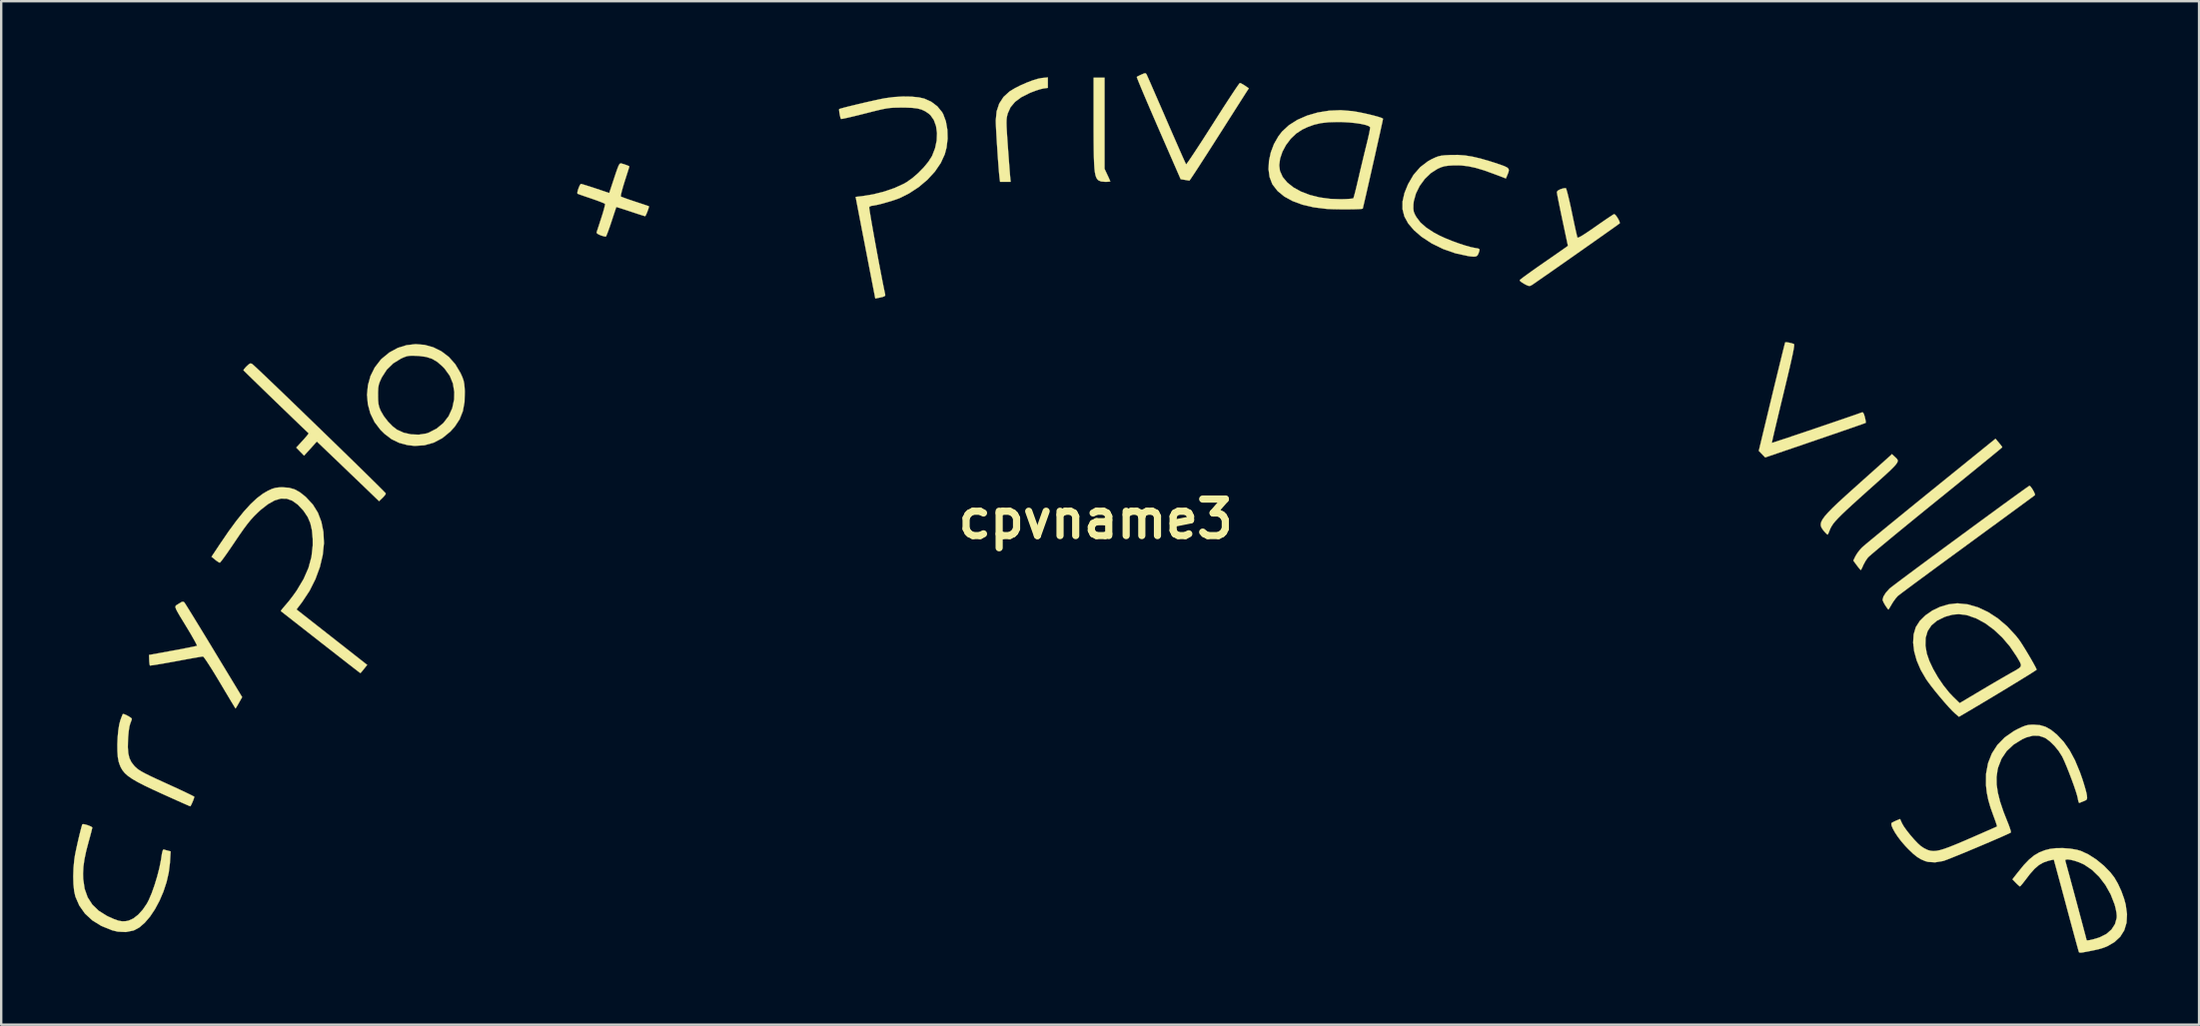
<source format=kicad_pcb>
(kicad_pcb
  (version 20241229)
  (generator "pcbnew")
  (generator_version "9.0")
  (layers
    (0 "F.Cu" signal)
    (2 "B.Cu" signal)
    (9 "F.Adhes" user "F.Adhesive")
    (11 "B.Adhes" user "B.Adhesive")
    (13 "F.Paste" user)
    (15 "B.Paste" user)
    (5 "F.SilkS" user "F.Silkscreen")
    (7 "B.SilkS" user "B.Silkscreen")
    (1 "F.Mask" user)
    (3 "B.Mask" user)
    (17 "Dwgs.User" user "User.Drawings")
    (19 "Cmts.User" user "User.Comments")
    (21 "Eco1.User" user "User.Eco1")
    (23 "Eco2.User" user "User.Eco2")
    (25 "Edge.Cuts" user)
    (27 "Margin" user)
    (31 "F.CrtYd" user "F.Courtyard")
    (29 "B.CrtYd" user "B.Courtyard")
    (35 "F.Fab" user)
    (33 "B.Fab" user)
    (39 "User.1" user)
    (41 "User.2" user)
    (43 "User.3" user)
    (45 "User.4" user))
  (footprint "cpvname3"
    (layer "F.Cu")
    (at 42.656 18.603)
    (property "Reference" "cpvname3" (at 0 0 0) (layer "F.SilkS") (effects (font (size 1.524 1.524) (thickness 0.3))))
    (attr through_hole)
    (fp_poly (pts (xy 0.369 -14.61) (xy 0.488 -14.356) (xy 0.55 -14.223) (xy 0.593 -14.124) (xy 0.608 -14.084) (xy 0.569 -14.075) (xy 0.469 -14.069) (xy 0.391 -14.068) (xy 0.222 -14.083) (xy 0.112 -14.131) (xy 0.091 -14.15) (xy 0.051 -14.199) (xy 0.017 -14.264) (xy -0.011 -14.351) (xy -0.034 -14.469) (xy -0.052 -14.624) (xy -0.065 -14.824) (xy -0.075 -15.077) (xy -0.081 -15.39) (xy -0.085 -15.77) (xy -0.087 -16.225) (xy -0.087 -16.545) (xy -0.087 -18.41) (xy 0.141 -18.41) (xy 0.369 -18.41) (xy 0.369 -14.61)) (stroke (width 0.01) (type solid)) (fill yes) (layer "F.SilkS"))
    (fp_poly (pts (xy -1.997 -17.987) (xy -2.182 -17.962) (xy -2.305 -17.933) (xy -2.478 -17.879) (xy -2.671 -17.807) (xy -2.757 -17.772) (xy -3.101 -17.599) (xy -3.364 -17.404) (xy -3.551 -17.182) (xy -3.666 -16.929) (xy -3.67 -16.917) (xy -3.693 -16.829) (xy -3.71 -16.745) (xy -3.719 -16.65) (xy -3.722 -16.531) (xy -3.718 -16.375) (xy -3.707 -16.168) (xy -3.69 -15.898) (xy -3.673 -15.657) (xy -3.651 -15.351) (xy -3.629 -15.055) (xy -3.609 -14.787) (xy -3.592 -14.565) (xy -3.579 -14.404) (xy -3.576 -14.361) (xy -3.549 -14.068) (xy -3.989 -14.068) (xy -4.013 -14.252) (xy -4.027 -14.387) (xy -4.044 -14.59) (xy -4.064 -14.845) (xy -4.085 -15.133) (xy -4.105 -15.439) (xy -4.125 -15.744) (xy -4.142 -16.033) (xy -4.156 -16.287) (xy -4.165 -16.49) (xy -4.168 -16.626) (xy -4.168 -16.632) (xy -4.133 -17.007) (xy -4.025 -17.332) (xy -3.846 -17.608) (xy -3.596 -17.836) (xy -3.576 -17.849) (xy -3.379 -17.969) (xy -3.14 -18.091) (xy -2.883 -18.204) (xy -2.631 -18.3) (xy -2.408 -18.368) (xy -2.247 -18.399) (xy -1.997 -18.422) (xy -1.997 -17.987)) (stroke (width 0.01) (type solid)) (fill yes) (layer "F.SilkS"))
    (fp_poly (pts (xy 33.328 -2.602) (xy 33.384 -2.55) (xy 33.427 -2.505) (xy 33.452 -2.461) (xy 33.455 -2.41) (xy 33.43 -2.348) (xy 33.373 -2.268) (xy 33.279 -2.165) (xy 33.144 -2.031) (xy 32.962 -1.862) (xy 32.729 -1.651) (xy 32.439 -1.391) (xy 32.198 -1.176) (xy 31.846 -0.86) (xy 31.553 -0.594) (xy 31.313 -0.373) (xy 31.121 -0.19) (xy 30.97 -0.038) (xy 30.853 0.088) (xy 30.765 0.196) (xy 30.701 0.292) (xy 30.652 0.381) (xy 30.614 0.472) (xy 30.608 0.488) (xy 30.566 0.591) (xy 30.532 0.647) (xy 30.526 0.65) (xy 30.487 0.619) (xy 30.413 0.541) (xy 30.356 0.475) (xy 30.295 0.391) (xy 30.255 0.309) (xy 30.243 0.223) (xy 30.262 0.128) (xy 30.317 0.017) (xy 30.411 -0.114) (xy 30.549 -0.271) (xy 30.734 -0.461) (xy 30.972 -0.689) (xy 31.267 -0.959) (xy 31.622 -1.279) (xy 31.744 -1.388) (xy 32.025 -1.64) (xy 32.29 -1.877) (xy 32.531 -2.092) (xy 32.74 -2.279) (xy 32.908 -2.43) (xy 33.029 -2.538) (xy 33.093 -2.596) (xy 33.096 -2.598) (xy 33.215 -2.708) (xy 33.328 -2.602)) (stroke (width 0.01) (type solid)) (fill yes) (layer "F.SilkS"))
    (fp_poly (pts (xy 37.675 -3.184) (xy 37.756 -3.085) (xy 37.807 -3.014) (xy 37.815 -2.996) (xy 37.782 -2.966) (xy 37.687 -2.885) (xy 37.534 -2.759) (xy 37.328 -2.59) (xy 37.075 -2.383) (xy 36.779 -2.142) (xy 36.446 -1.871) (xy 36.081 -1.574) (xy 35.688 -1.255) (xy 35.273 -0.919) (xy 35.076 -0.76) (xy 34.648 -0.414) (xy 34.238 -0.08) (xy 33.851 0.236) (xy 33.492 0.53) (xy 33.166 0.798) (xy 32.879 1.036) (xy 32.636 1.238) (xy 32.443 1.401) (xy 32.304 1.52) (xy 32.226 1.591) (xy 32.212 1.605) (xy 32.113 1.747) (xy 32.025 1.908) (xy 32.011 1.941) (xy 31.962 2.051) (xy 31.923 2.117) (xy 31.913 2.126) (xy 31.877 2.093) (xy 31.809 2.009) (xy 31.747 1.928) (xy 31.603 1.733) (xy 31.692 1.549) (xy 31.776 1.412) (xy 31.894 1.263) (xy 31.966 1.186) (xy 32.029 1.131) (xy 32.153 1.025) (xy 32.335 0.874) (xy 32.567 0.683) (xy 32.844 0.455) (xy 33.161 0.195) (xy 33.513 -0.092) (xy 33.893 -0.402) (xy 34.297 -0.73) (xy 34.718 -1.072) (xy 34.843 -1.173) (xy 37.534 -3.351) (xy 37.675 -3.184)) (stroke (width 0.01) (type solid)) (fill yes) (layer "F.SilkS"))
    (fp_poly (pts (xy -40.533 8.137) (xy -40.442 8.175) (xy -40.338 8.23) (xy -40.25 8.286) (xy -40.207 8.328) (xy -40.206 8.332) (xy -40.221 8.393) (xy -40.26 8.498) (xy -40.273 8.531) (xy -40.307 8.656) (xy -40.337 8.849) (xy -40.36 9.089) (xy -40.366 9.201) (xy -40.373 9.519) (xy -40.355 9.77) (xy -40.307 9.972) (xy -40.224 10.143) (xy -40.102 10.299) (xy -40.057 10.345) (xy -39.988 10.407) (xy -39.901 10.471) (xy -39.784 10.542) (xy -39.63 10.625) (xy -39.428 10.725) (xy -39.168 10.847) (xy -38.84 10.997) (xy -38.737 11.044) (xy -38.446 11.177) (xy -38.182 11.299) (xy -37.957 11.405) (xy -37.778 11.491) (xy -37.657 11.552) (xy -37.603 11.583) (xy -37.601 11.585) (xy -37.616 11.65) (xy -37.653 11.751) (xy -37.7 11.861) (xy -37.743 11.948) (xy -37.769 11.983) (xy -37.814 11.965) (xy -37.928 11.916) (xy -38.101 11.84) (xy -38.322 11.742) (xy -38.581 11.625) (xy -38.87 11.495) (xy -38.943 11.462) (xy -39.357 11.272) (xy -39.699 11.108) (xy -39.975 10.965) (xy -40.196 10.836) (xy -40.368 10.716) (xy -40.499 10.599) (xy -40.597 10.479) (xy -40.672 10.35) (xy -40.729 10.205) (xy -40.757 10.117) (xy -40.791 9.931) (xy -40.808 9.685) (xy -40.811 9.402) (xy -40.798 9.106) (xy -40.772 8.823) (xy -40.733 8.576) (xy -40.688 8.403) (xy -40.638 8.268) (xy -40.599 8.169) (xy -40.58 8.132) (xy -40.533 8.137)) (stroke (width 0.01) (type solid)) (fill yes) (layer "F.SilkS"))
    (fp_poly (pts (xy -35.202 -6.477) (xy -35.181 -6.464) (xy -35.127 -6.417) (xy -35.018 -6.317) (xy -34.86 -6.169) (xy -34.657 -5.976) (xy -34.416 -5.746) (xy -34.141 -5.483) (xy -33.838 -5.192) (xy -33.513 -4.879) (xy -33.171 -4.549) (xy -32.817 -4.206) (xy -32.456 -3.857) (xy -32.095 -3.507) (xy -31.738 -3.161) (xy -31.392 -2.824) (xy -31.06 -2.501) (xy -30.75 -2.198) (xy -30.465 -1.919) (xy -30.213 -1.671) (xy -29.997 -1.458) (xy -29.824 -1.286) (xy -29.699 -1.16) (xy -29.627 -1.085) (xy -29.612 -1.066) (xy -29.641 -1.007) (xy -29.714 -0.92) (xy -29.753 -0.881) (xy -29.894 -0.746) (xy -30.523 -1.352) (xy -30.769 -1.588) (xy -31.052 -1.859) (xy -31.347 -2.142) (xy -31.629 -2.413) (xy -31.821 -2.596) (xy -32.489 -3.235) (xy -32.755 -2.94) (xy -33.022 -2.646) (xy -33.185 -2.813) (xy -33.348 -2.981) (xy -33.081 -3.272) (xy -32.966 -3.401) (xy -32.879 -3.504) (xy -32.834 -3.566) (xy -32.83 -3.577) (xy -32.875 -3.619) (xy -32.973 -3.712) (xy -33.116 -3.848) (xy -33.297 -4.022) (xy -33.507 -4.224) (xy -33.739 -4.448) (xy -33.986 -4.685) (xy -34.238 -4.929) (xy -34.489 -5.172) (xy -34.731 -5.406) (xy -34.955 -5.624) (xy -35.155 -5.818) (xy -35.322 -5.981) (xy -35.448 -6.105) (xy -35.527 -6.183) (xy -35.55 -6.207) (xy -35.528 -6.25) (xy -35.46 -6.33) (xy -35.412 -6.378) (xy -35.318 -6.464) (xy -35.256 -6.493) (xy -35.202 -6.477)) (stroke (width 0.01) (type solid)) (fill yes) (layer "F.SilkS"))
    (fp_poly (pts (xy 38.996 -1.356) (xy 39.057 -1.273) (xy 39.119 -1.169) (xy 39.166 -1.072) (xy 39.182 -1.007) (xy 39.178 -0.998) (xy 39.138 -0.968) (xy 39.034 -0.891) (xy 38.87 -0.77) (xy 38.651 -0.609) (xy 38.384 -0.413) (xy 38.074 -0.186) (xy 37.726 0.069) (xy 37.345 0.347) (xy 36.937 0.645) (xy 36.508 0.959) (xy 36.363 1.065) (xy 35.925 1.386) (xy 35.505 1.693) (xy 35.108 1.984) (xy 34.741 2.254) (xy 34.409 2.499) (xy 34.117 2.714) (xy 33.872 2.896) (xy 33.678 3.041) (xy 33.542 3.144) (xy 33.469 3.201) (xy 33.46 3.208) (xy 33.369 3.311) (xy 33.266 3.453) (xy 33.207 3.549) (xy 33.136 3.67) (xy 33.085 3.752) (xy 33.065 3.777) (xy 33.037 3.745) (xy 32.977 3.661) (xy 32.939 3.605) (xy 32.871 3.488) (xy 32.83 3.392) (xy 32.825 3.364) (xy 32.86 3.232) (xy 32.959 3.074) (xy 33.111 2.905) (xy 33.114 2.902) (xy 33.17 2.856) (xy 33.288 2.766) (xy 33.461 2.634) (xy 33.684 2.467) (xy 33.95 2.269) (xy 34.253 2.044) (xy 34.586 1.797) (xy 34.944 1.532) (xy 35.319 1.255) (xy 35.706 0.97) (xy 36.098 0.682) (xy 36.489 0.395) (xy 36.872 0.114) (xy 37.242 -0.157) (xy 37.592 -0.413) (xy 37.916 -0.649) (xy 38.207 -0.86) (xy 38.459 -1.042) (xy 38.666 -1.191) (xy 38.821 -1.301) (xy 38.919 -1.369) (xy 38.952 -1.389) (xy 38.996 -1.356)) (stroke (width 0.01) (type solid)) (fill yes) (layer "F.SilkS"))
    (fp_poly (pts (xy 28.912 -7.361) (xy 29.023 -7.336) (xy 29.111 -7.307) (xy 29.128 -7.298) (xy 29.136 -7.268) (xy 29.13 -7.194) (xy 29.11 -7.068) (xy 29.075 -6.888) (xy 29.022 -6.646) (xy 28.952 -6.339) (xy 28.863 -5.961) (xy 28.754 -5.507) (xy 28.687 -5.228) (xy 28.589 -4.822) (xy 28.497 -4.442) (xy 28.415 -4.097) (xy 28.343 -3.795) (xy 28.284 -3.543) (xy 28.24 -3.351) (xy 28.213 -3.226) (xy 28.204 -3.177) (xy 28.204 -3.177) (xy 28.245 -3.188) (xy 28.358 -3.224) (xy 28.534 -3.282) (xy 28.762 -3.357) (xy 29.032 -3.448) (xy 29.335 -3.549) (xy 29.66 -3.659) (xy 29.998 -3.773) (xy 30.338 -3.889) (xy 30.671 -4.002) (xy 30.987 -4.11) (xy 31.276 -4.209) (xy 31.528 -4.296) (xy 31.732 -4.367) (xy 31.88 -4.419) (xy 31.959 -4.448) (xy 32.005 -4.445) (xy 32.043 -4.383) (xy 32.083 -4.254) (xy 32.111 -4.127) (xy 32.124 -4.038) (xy 32.121 -4.015) (xy 32.076 -3.996) (xy 31.951 -3.951) (xy 31.748 -3.88) (xy 31.47 -3.783) (xy 31.12 -3.662) (xy 30.699 -3.517) (xy 30.211 -3.35) (xy 29.657 -3.16) (xy 29.041 -2.95) (xy 28.411 -2.735) (xy 27.927 -2.57) (xy 27.66 -2.846) (xy 28.203 -5.101) (xy 28.306 -5.529) (xy 28.404 -5.931) (xy 28.494 -6.299) (xy 28.574 -6.626) (xy 28.642 -6.903) (xy 28.697 -7.123) (xy 28.736 -7.278) (xy 28.758 -7.36) (xy 28.762 -7.371) (xy 28.813 -7.375) (xy 28.912 -7.361)) (stroke (width 0.01) (type solid)) (fill yes) (layer "F.SilkS"))
    (fp_poly (pts (xy -38.027 3.468) (xy -38.017 3.477) (xy -37.984 3.525) (xy -37.911 3.641) (xy -37.802 3.816) (xy -37.661 4.044) (xy -37.493 4.318) (xy -37.302 4.63) (xy -37.092 4.974) (xy -36.869 5.341) (xy -36.783 5.484) (xy -35.605 7.429) (xy -35.739 7.665) (xy -35.809 7.788) (xy -35.861 7.874) (xy -35.881 7.902) (xy -35.904 7.866) (xy -35.966 7.765) (xy -36.062 7.608) (xy -36.184 7.403) (xy -36.329 7.161) (xy -36.489 6.891) (xy -36.533 6.817) (xy -36.7 6.54) (xy -36.854 6.289) (xy -36.991 6.074) (xy -37.103 5.903) (xy -37.186 5.787) (xy -37.233 5.734) (xy -37.238 5.731) (xy -37.296 5.739) (xy -37.427 5.761) (xy -37.619 5.794) (xy -37.859 5.837) (xy -38.135 5.888) (xy -38.365 5.931) (xy -38.658 5.984) (xy -38.922 6.031) (xy -39.145 6.068) (xy -39.315 6.095) (xy -39.422 6.108) (xy -39.453 6.108) (xy -39.467 6.055) (xy -39.479 5.946) (xy -39.482 5.878) (xy -39.489 5.669) (xy -38.5 5.489) (xy -38.218 5.437) (xy -37.965 5.388) (xy -37.754 5.346) (xy -37.596 5.313) (xy -37.505 5.292) (xy -37.487 5.285) (xy -37.502 5.243) (xy -37.555 5.138) (xy -37.641 4.983) (xy -37.752 4.789) (xy -37.884 4.569) (xy -37.894 4.552) (xy -38.065 4.271) (xy -38.197 4.055) (xy -38.291 3.894) (xy -38.352 3.779) (xy -38.383 3.7) (xy -38.388 3.648) (xy -38.37 3.612) (xy -38.332 3.583) (xy -38.278 3.55) (xy -38.251 3.533) (xy -38.14 3.465) (xy -38.073 3.445) (xy -38.027 3.468)) (stroke (width 0.01) (type solid)) (fill yes) (layer "F.SilkS"))
    (fp_poly (pts (xy 2.11 -18.569) (xy 2.122 -18.548) (xy 2.147 -18.494) (xy 2.203 -18.369) (xy 2.286 -18.181) (xy 2.392 -17.937) (xy 2.518 -17.648) (xy 2.661 -17.32) (xy 2.817 -16.963) (xy 2.952 -16.651) (xy 3.114 -16.277) (xy 3.267 -15.928) (xy 3.406 -15.611) (xy 3.527 -15.335) (xy 3.628 -15.107) (xy 3.705 -14.937) (xy 3.754 -14.831) (xy 3.771 -14.798) (xy 3.799 -14.828) (xy 3.869 -14.924) (xy 3.975 -15.079) (xy 4.114 -15.287) (xy 4.28 -15.54) (xy 4.47 -15.831) (xy 4.677 -16.154) (xy 4.885 -16.48) (xy 5.106 -16.827) (xy 5.313 -17.15) (xy 5.503 -17.443) (xy 5.67 -17.697) (xy 5.809 -17.907) (xy 5.916 -18.064) (xy 5.987 -18.161) (xy 6.014 -18.192) (xy 6.074 -18.17) (xy 6.174 -18.112) (xy 6.223 -18.081) (xy 6.387 -17.969) (xy 6.309 -17.849) (xy 6.27 -17.789) (xy 6.19 -17.663) (xy 6.073 -17.48) (xy 5.924 -17.246) (xy 5.748 -16.969) (xy 5.549 -16.657) (xy 5.333 -16.317) (xy 5.104 -15.958) (xy 5.08 -15.92) (xy 4.853 -15.564) (xy 4.64 -15.231) (xy 4.445 -14.929) (xy 4.274 -14.664) (xy 4.13 -14.444) (xy 4.018 -14.275) (xy 3.943 -14.164) (xy 3.909 -14.119) (xy 3.908 -14.118) (xy 3.855 -14.127) (xy 3.75 -14.144) (xy 3.715 -14.15) (xy 3.545 -14.176) (xy 2.618 -16.299) (xy 2.443 -16.703) (xy 2.279 -17.082) (xy 2.13 -17.429) (xy 1.999 -17.737) (xy 1.889 -17.999) (xy 1.803 -18.208) (xy 1.744 -18.355) (xy 1.716 -18.433) (xy 1.714 -18.444) (xy 1.764 -18.474) (xy 1.864 -18.523) (xy 1.91 -18.544) (xy 2.019 -18.59) (xy 2.077 -18.598) (xy 2.11 -18.569)) (stroke (width 0.01) (type solid)) (fill yes) (layer "F.SilkS"))
    (fp_poly (pts (xy 15.405 -15.168) (xy 15.716 -15.118) (xy 16.058 -15.038) (xy 16.449 -14.924) (xy 16.637 -14.864) (xy 16.883 -14.782) (xy 17.055 -14.718) (xy 17.165 -14.663) (xy 17.221 -14.607) (xy 17.234 -14.542) (xy 17.213 -14.458) (xy 17.174 -14.36) (xy 17.11 -14.208) (xy 16.608 -14.399) (xy 16.201 -14.546) (xy 15.849 -14.651) (xy 15.535 -14.718) (xy 15.242 -14.752) (xy 14.952 -14.755) (xy 14.935 -14.755) (xy 14.718 -14.742) (xy 14.556 -14.72) (xy 14.42 -14.681) (xy 14.278 -14.619) (xy 14.262 -14.612) (xy 13.979 -14.431) (xy 13.726 -14.187) (xy 13.514 -13.898) (xy 13.358 -13.583) (xy 13.268 -13.26) (xy 13.253 -13.117) (xy 13.25 -12.947) (xy 13.267 -12.824) (xy 13.315 -12.706) (xy 13.372 -12.603) (xy 13.544 -12.374) (xy 13.788 -12.158) (xy 14.11 -11.948) (xy 14.33 -11.831) (xy 14.572 -11.719) (xy 14.849 -11.606) (xy 15.139 -11.5) (xy 15.417 -11.409) (xy 15.66 -11.341) (xy 15.815 -11.31) (xy 15.945 -11.288) (xy 16.005 -11.26) (xy 16.009 -11.204) (xy 15.973 -11.096) (xy 15.969 -11.086) (xy 15.929 -11.003) (xy 15.87 -10.958) (xy 15.773 -10.945) (xy 15.618 -10.959) (xy 15.544 -10.97) (xy 15.012 -11.084) (xy 14.499 -11.263) (xy 14.019 -11.497) (xy 13.589 -11.779) (xy 13.276 -12.05) (xy 13.036 -12.331) (xy 12.877 -12.621) (xy 12.799 -12.925) (xy 12.8 -13.25) (xy 12.88 -13.602) (xy 13.029 -13.968) (xy 13.258 -14.36) (xy 13.537 -14.68) (xy 13.863 -14.929) (xy 14.009 -15.009) (xy 14.164 -15.082) (xy 14.29 -15.13) (xy 14.417 -15.159) (xy 14.574 -15.176) (xy 14.787 -15.187) (xy 14.797 -15.187) (xy 15.105 -15.19) (xy 15.405 -15.168)) (stroke (width 0.01) (type solid)) (fill yes) (layer "F.SilkS"))
    (fp_poly (pts (xy 19.629 -13.766) (xy 19.664 -13.652) (xy 19.71 -13.474) (xy 19.764 -13.245) (xy 19.824 -12.976) (xy 19.861 -12.798) (xy 19.921 -12.511) (xy 19.976 -12.252) (xy 20.024 -12.033) (xy 20.063 -11.866) (xy 20.088 -11.763) (xy 20.097 -11.738) (xy 20.142 -11.744) (xy 20.252 -11.801) (xy 20.423 -11.908) (xy 20.652 -12.062) (xy 20.858 -12.205) (xy 21.08 -12.36) (xy 21.279 -12.497) (xy 21.443 -12.607) (xy 21.561 -12.684) (xy 21.623 -12.72) (xy 21.628 -12.722) (xy 21.678 -12.688) (xy 21.742 -12.606) (xy 21.805 -12.503) (xy 21.85 -12.406) (xy 21.862 -12.343) (xy 21.857 -12.335) (xy 21.812 -12.302) (xy 21.705 -12.224) (xy 21.542 -12.109) (xy 21.333 -11.961) (xy 21.087 -11.787) (xy 20.81 -11.592) (xy 20.513 -11.383) (xy 20.202 -11.164) (xy 19.887 -10.943) (xy 19.575 -10.724) (xy 19.275 -10.514) (xy 18.996 -10.319) (xy 18.745 -10.144) (xy 18.53 -9.995) (xy 18.361 -9.877) (xy 18.246 -9.798) (xy 18.192 -9.762) (xy 18.123 -9.728) (xy 18.058 -9.726) (xy 17.968 -9.762) (xy 17.878 -9.809) (xy 17.766 -9.878) (xy 17.697 -9.937) (xy 17.686 -9.964) (xy 17.724 -9.999) (xy 17.824 -10.077) (xy 17.976 -10.188) (xy 18.169 -10.328) (xy 18.394 -10.487) (xy 18.565 -10.606) (xy 18.814 -10.779) (xy 19.047 -10.94) (xy 19.251 -11.082) (xy 19.415 -11.196) (xy 19.527 -11.275) (xy 19.564 -11.301) (xy 19.699 -11.397) (xy 19.468 -12.483) (xy 19.405 -12.781) (xy 19.349 -13.054) (xy 19.301 -13.289) (xy 19.265 -13.474) (xy 19.243 -13.597) (xy 19.236 -13.642) (xy 19.273 -13.697) (xy 19.368 -13.751) (xy 19.492 -13.792) (xy 19.607 -13.807) (xy 19.629 -13.766)) (stroke (width 0.01) (type solid)) (fill yes) (layer "F.SilkS"))
    (fp_poly (pts (xy -42.12 12.749) (xy -42.007 12.786) (xy -41.909 12.827) (xy -41.858 12.862) (xy -41.856 12.868) (xy -41.868 12.927) (xy -41.898 13.051) (xy -41.944 13.223) (xy -41.999 13.426) (xy -42.004 13.441) (xy -42.111 13.849) (xy -42.184 14.197) (xy -42.227 14.504) (xy -42.242 14.789) (xy -42.236 15.012) (xy -42.176 15.423) (xy -42.05 15.779) (xy -41.854 16.084) (xy -41.587 16.341) (xy -41.246 16.554) (xy -41.187 16.583) (xy -40.949 16.689) (xy -40.763 16.754) (xy -40.607 16.781) (xy -40.46 16.775) (xy -40.343 16.752) (xy -40.147 16.664) (xy -39.944 16.507) (xy -39.75 16.294) (xy -39.577 16.039) (xy -39.499 15.89) (xy -39.378 15.606) (xy -39.258 15.267) (xy -39.147 14.902) (xy -39.055 14.544) (xy -38.991 14.222) (xy -38.98 14.15) (xy -38.951 13.958) (xy -38.923 13.842) (xy -38.895 13.789) (xy -38.868 13.785) (xy -38.781 13.813) (xy -38.698 13.835) (xy -38.588 13.863) (xy -38.617 14.345) (xy -38.666 14.742) (xy -38.758 15.145) (xy -38.889 15.542) (xy -39.052 15.922) (xy -39.24 16.274) (xy -39.448 16.585) (xy -39.67 16.844) (xy -39.898 17.04) (xy -40.128 17.162) (xy -40.138 17.165) (xy -40.456 17.228) (xy -40.794 17.212) (xy -41.031 17.155) (xy -41.478 16.974) (xy -41.855 16.741) (xy -42.162 16.458) (xy -42.398 16.124) (xy -42.561 15.75) (xy -42.612 15.523) (xy -42.642 15.233) (xy -42.651 14.903) (xy -42.639 14.554) (xy -42.606 14.209) (xy -42.578 14.024) (xy -42.546 13.863) (xy -42.504 13.667) (xy -42.456 13.452) (xy -42.406 13.237) (xy -42.357 13.04) (xy -42.315 12.878) (xy -42.283 12.768) (xy -42.268 12.731) (xy -42.218 12.727) (xy -42.12 12.749)) (stroke (width 0.01) (type solid)) (fill yes) (layer "F.SilkS"))
    (fp_poly (pts (xy -27.995 -7.266) (xy -27.633 -7.166) (xy -27.292 -6.997) (xy -26.983 -6.762) (xy -26.716 -6.461) (xy -26.499 -6.097) (xy -26.497 -6.094) (xy -26.42 -5.923) (xy -26.37 -5.783) (xy -26.341 -5.642) (xy -26.325 -5.469) (xy -26.318 -5.323) (xy -26.328 -4.886) (xy -26.399 -4.502) (xy -26.534 -4.162) (xy -26.738 -3.852) (xy -26.923 -3.648) (xy -27.254 -3.377) (xy -27.616 -3.187) (xy -28.003 -3.078) (xy -28.411 -3.053) (xy -28.7 -3.084) (xy -29.057 -3.179) (xy -29.373 -3.332) (xy -29.667 -3.556) (xy -29.836 -3.723) (xy -30.082 -4.046) (xy -30.257 -4.406) (xy -30.361 -4.791) (xy -30.393 -5.167) (xy -29.937 -5.167) (xy -29.933 -4.956) (xy -29.919 -4.802) (xy -29.889 -4.675) (xy -29.839 -4.546) (xy -29.82 -4.506) (xy -29.694 -4.29) (xy -29.523 -4.069) (xy -29.332 -3.872) (xy -29.146 -3.728) (xy -28.871 -3.603) (xy -28.557 -3.532) (xy -28.234 -3.52) (xy -27.929 -3.568) (xy -27.833 -3.599) (xy -27.494 -3.772) (xy -27.212 -4.005) (xy -26.992 -4.292) (xy -26.841 -4.623) (xy -26.762 -4.99) (xy -26.755 -5.299) (xy -26.813 -5.657) (xy -26.945 -5.978) (xy -27.157 -6.272) (xy -27.243 -6.363) (xy -27.463 -6.555) (xy -27.684 -6.686) (xy -27.933 -6.765) (xy -28.233 -6.804) (xy -28.296 -6.808) (xy -28.492 -6.815) (xy -28.631 -6.811) (xy -28.744 -6.79) (xy -28.861 -6.748) (xy -28.978 -6.695) (xy -29.301 -6.496) (xy -29.572 -6.232) (xy -29.781 -5.909) (xy -29.799 -5.87) (xy -29.866 -5.722) (xy -29.907 -5.598) (xy -29.928 -5.468) (xy -29.936 -5.301) (xy -29.937 -5.167) (xy -30.393 -5.167) (xy -30.395 -5.187) (xy -30.358 -5.582) (xy -30.252 -5.965) (xy -30.075 -6.321) (xy -29.829 -6.64) (xy -29.791 -6.68) (xy -29.466 -6.948) (xy -29.114 -7.139) (xy -28.745 -7.254) (xy -28.368 -7.296) (xy -27.995 -7.266)) (stroke (width 0.01) (type solid)) (fill yes) (layer "F.SilkS"))
    (fp_poly (pts (xy -33.649 -1.305) (xy -33.421 -1.241) (xy -33.203 -1.122) (xy -32.97 -0.938) (xy -32.936 -0.907) (xy -32.656 -0.605) (xy -32.447 -0.269) (xy -32.301 0.112) (xy -32.215 0.537) (xy -32.193 1.006) (xy -32.244 1.501) (xy -32.364 2.006) (xy -32.55 2.51) (xy -32.795 2.997) (xy -33.098 3.454) (xy -33.102 3.46) (xy -33.337 3.771) (xy -30.39 6.084) (xy -30.526 6.255) (xy -30.605 6.353) (xy -30.66 6.415) (xy -30.673 6.426) (xy -30.709 6.4) (xy -30.806 6.326) (xy -30.959 6.208) (xy -31.159 6.053) (xy -31.402 5.864) (xy -31.679 5.648) (xy -31.985 5.409) (xy -32.313 5.153) (xy -32.331 5.139) (xy -32.659 4.882) (xy -32.967 4.641) (xy -33.246 4.422) (xy -33.491 4.231) (xy -33.695 4.071) (xy -33.851 3.949) (xy -33.952 3.87) (xy -33.991 3.839) (xy -33.991 3.839) (xy -33.972 3.802) (xy -33.907 3.719) (xy -33.809 3.604) (xy -33.782 3.573) (xy -33.65 3.416) (xy -33.5 3.221) (xy -33.357 3.023) (xy -33.321 2.969) (xy -33.04 2.497) (xy -32.838 2.037) (xy -32.713 1.576) (xy -32.66 1.104) (xy -32.661 0.825) (xy -32.693 0.469) (xy -32.76 0.174) (xy -32.869 -0.083) (xy -33.03 -0.324) (xy -33.059 -0.362) (xy -33.287 -0.604) (xy -33.516 -0.767) (xy -33.749 -0.85) (xy -33.992 -0.854) (xy -34.25 -0.777) (xy -34.528 -0.621) (xy -34.831 -0.384) (xy -34.968 -0.258) (xy -35.108 -0.12) (xy -35.242 0.028) (xy -35.381 0.198) (xy -35.535 0.404) (xy -35.714 0.659) (xy -35.913 0.953) (xy -36.077 1.195) (xy -36.226 1.411) (xy -36.354 1.591) (xy -36.454 1.726) (xy -36.518 1.804) (xy -36.537 1.821) (xy -36.594 1.795) (xy -36.688 1.731) (xy -36.731 1.696) (xy -36.882 1.572) (xy -36.54 1.057) (xy -36.179 0.527) (xy -35.846 0.074) (xy -35.539 -0.308) (xy -35.253 -0.622) (xy -34.985 -0.873) (xy -34.731 -1.064) (xy -34.527 -1.182) (xy -34.353 -1.261) (xy -34.209 -1.304) (xy -34.05 -1.322) (xy -33.911 -1.324) (xy -33.649 -1.305)) (stroke (width 0.01) (type solid)) (fill yes) (layer "F.SilkS"))
    (fp_poly (pts (xy 36.374 3.559) (xy 36.798 3.681) (xy 37.219 3.877) (xy 37.629 4.143) (xy 38.019 4.473) (xy 38.379 4.861) (xy 38.507 5.024) (xy 38.583 5.132) (xy 38.681 5.285) (xy 38.793 5.466) (xy 38.91 5.66) (xy 39.023 5.852) (xy 39.121 6.026) (xy 39.197 6.166) (xy 39.242 6.258) (xy 39.249 6.283) (xy 39.213 6.311) (xy 39.111 6.378) (xy 38.952 6.479) (xy 38.743 6.608) (xy 38.495 6.761) (xy 38.215 6.932) (xy 37.912 7.116) (xy 37.595 7.307) (xy 37.272 7.501) (xy 36.953 7.692) (xy 36.645 7.875) (xy 36.357 8.045) (xy 36.212 8.13) (xy 36.009 8.248) (xy 35.839 8.103) (xy 35.721 7.99) (xy 35.565 7.823) (xy 35.385 7.619) (xy 35.194 7.394) (xy 35.005 7.164) (xy 34.833 6.944) (xy 34.691 6.752) (xy 34.638 6.675) (xy 34.414 6.291) (xy 34.248 5.902) (xy 34.142 5.519) (xy 34.114 5.283) (xy 34.611 5.283) (xy 34.669 5.614) (xy 34.774 5.919) (xy 34.934 6.257) (xy 35.134 6.605) (xy 35.362 6.94) (xy 35.603 7.241) (xy 35.763 7.41) (xy 36.039 7.678) (xy 36.896 7.169) (xy 37.175 7.003) (xy 37.459 6.836) (xy 37.731 6.678) (xy 37.971 6.539) (xy 38.16 6.431) (xy 38.196 6.411) (xy 38.391 6.302) (xy 38.519 6.221) (xy 38.585 6.151) (xy 38.595 6.072) (xy 38.554 5.968) (xy 38.468 5.819) (xy 38.411 5.724) (xy 38.133 5.313) (xy 37.816 4.941) (xy 37.471 4.617) (xy 37.108 4.349) (xy 36.737 4.147) (xy 36.371 4.018) (xy 36.26 3.994) (xy 35.998 3.967) (xy 35.75 3.987) (xy 35.481 4.06) (xy 35.402 4.088) (xy 35.094 4.239) (xy 34.861 4.435) (xy 34.702 4.675) (xy 34.619 4.958) (xy 34.611 5.283) (xy 34.114 5.283) (xy 34.099 5.153) (xy 34.119 4.816) (xy 34.206 4.52) (xy 34.215 4.501) (xy 34.379 4.246) (xy 34.613 4.016) (xy 34.899 3.818) (xy 35.222 3.663) (xy 35.566 3.56) (xy 35.914 3.518) (xy 35.958 3.517) (xy 36.374 3.559)) (stroke (width 0.01) (type solid)) (fill yes) (layer "F.SilkS"))
    (fp_poly (pts (xy -19.775 -14.831) (xy -19.663 -14.798) (xy -19.553 -14.759) (xy -19.474 -14.725) (xy -19.453 -14.709) (xy -19.465 -14.666) (xy -19.5 -14.555) (xy -19.552 -14.391) (xy -19.617 -14.188) (xy -19.648 -14.091) (xy -19.714 -13.876) (xy -19.766 -13.69) (xy -19.8 -13.549) (xy -19.812 -13.469) (xy -19.81 -13.456) (xy -19.758 -13.433) (xy -19.641 -13.389) (xy -19.473 -13.329) (xy -19.27 -13.261) (xy -19.213 -13.242) (xy -19.007 -13.174) (xy -18.832 -13.116) (xy -18.706 -13.073) (xy -18.642 -13.051) (xy -18.638 -13.049) (xy -18.641 -13.005) (xy -18.67 -12.911) (xy -18.711 -12.8) (xy -18.754 -12.699) (xy -18.788 -12.64) (xy -18.795 -12.635) (xy -18.845 -12.648) (xy -18.962 -12.684) (xy -19.129 -12.738) (xy -19.332 -12.805) (xy -19.407 -12.83) (xy -19.616 -12.899) (xy -19.793 -12.956) (xy -19.922 -12.996) (xy -19.99 -13.014) (xy -19.997 -13.014) (xy -20.013 -12.972) (xy -20.05 -12.861) (xy -20.105 -12.697) (xy -20.171 -12.495) (xy -20.203 -12.397) (xy -20.275 -12.183) (xy -20.341 -12) (xy -20.393 -11.865) (xy -20.428 -11.791) (xy -20.437 -11.782) (xy -20.496 -11.79) (xy -20.604 -11.821) (xy -20.654 -11.838) (xy -20.76 -11.887) (xy -20.817 -11.936) (xy -20.82 -11.954) (xy -20.802 -12.012) (xy -20.761 -12.137) (xy -20.705 -12.309) (xy -20.639 -12.513) (xy -20.624 -12.558) (xy -20.559 -12.764) (xy -20.508 -12.941) (xy -20.476 -13.073) (xy -20.466 -13.142) (xy -20.467 -13.148) (xy -20.515 -13.175) (xy -20.629 -13.222) (xy -20.794 -13.285) (xy -20.994 -13.355) (xy -21.045 -13.373) (xy -21.25 -13.442) (xy -21.424 -13.502) (xy -21.55 -13.547) (xy -21.613 -13.572) (xy -21.618 -13.574) (xy -21.622 -13.625) (xy -21.599 -13.723) (xy -21.56 -13.835) (xy -21.516 -13.931) (xy -21.479 -13.98) (xy -21.474 -13.981) (xy -21.416 -13.968) (xy -21.293 -13.931) (xy -21.121 -13.877) (xy -20.916 -13.811) (xy -20.858 -13.791) (xy -20.292 -13.601) (xy -20.085 -14.229) (xy -20.005 -14.469) (xy -19.945 -14.637) (xy -19.901 -14.746) (xy -19.864 -14.808) (xy -19.831 -14.834) (xy -19.794 -14.835) (xy -19.775 -14.831)) (stroke (width 0.01) (type solid)) (fill yes) (layer "F.SilkS"))
    (fp_poly (pts (xy 10.703 -17.018) (xy 10.91 -16.984) (xy 11.135 -16.94) (xy 11.362 -16.89) (xy 11.576 -16.838) (xy 11.76 -16.788) (xy 11.898 -16.744) (xy 11.974 -16.71) (xy 11.984 -16.698) (xy 11.975 -16.649) (xy 11.949 -16.526) (xy 11.908 -16.341) (xy 11.856 -16.102) (xy 11.793 -15.822) (xy 11.723 -15.51) (xy 11.649 -15.176) (xy 11.571 -14.832) (xy 11.493 -14.487) (xy 11.417 -14.153) (xy 11.346 -13.84) (xy 11.282 -13.558) (xy 11.226 -13.317) (xy 11.182 -13.129) (xy 11.152 -13.003) (xy 11.139 -12.951) (xy 11.139 -12.95) (xy 11.089 -12.939) (xy 10.969 -12.93) (xy 10.794 -12.924) (xy 10.583 -12.921) (xy 10.351 -12.92) (xy 10.114 -12.922) (xy 9.889 -12.927) (xy 9.693 -12.935) (xy 9.617 -12.94) (xy 9.096 -13.004) (xy 8.627 -13.113) (xy 8.216 -13.264) (xy 7.867 -13.455) (xy 7.588 -13.684) (xy 7.383 -13.947) (xy 7.361 -13.986) (xy 7.253 -14.27) (xy 7.209 -14.594) (xy 7.218 -14.758) (xy 7.656 -14.758) (xy 7.686 -14.522) (xy 7.8 -14.269) (xy 7.991 -14.039) (xy 8.249 -13.834) (xy 8.566 -13.659) (xy 8.934 -13.519) (xy 9.342 -13.417) (xy 9.784 -13.357) (xy 10.232 -13.342) (xy 10.43 -13.348) (xy 10.594 -13.358) (xy 10.706 -13.369) (xy 10.746 -13.38) (xy 10.764 -13.429) (xy 10.798 -13.55) (xy 10.844 -13.728) (xy 10.898 -13.951) (xy 10.957 -14.204) (xy 10.963 -14.227) (xy 11.035 -14.539) (xy 11.116 -14.877) (xy 11.196 -15.21) (xy 11.269 -15.508) (xy 11.309 -15.67) (xy 11.363 -15.893) (xy 11.407 -16.089) (xy 11.436 -16.24) (xy 11.448 -16.33) (xy 11.447 -16.346) (xy 11.387 -16.395) (xy 11.254 -16.442) (xy 11.063 -16.484) (xy 10.826 -16.52) (xy 10.559 -16.546) (xy 10.275 -16.561) (xy 10.095 -16.564) (xy 9.714 -16.553) (xy 9.393 -16.517) (xy 9.106 -16.45) (xy 8.827 -16.348) (xy 8.623 -16.252) (xy 8.364 -16.083) (xy 8.133 -15.862) (xy 7.938 -15.603) (xy 7.788 -15.323) (xy 7.691 -15.036) (xy 7.656 -14.758) (xy 7.218 -14.758) (xy 7.227 -14.94) (xy 7.304 -15.295) (xy 7.435 -15.642) (xy 7.62 -15.966) (xy 7.777 -16.169) (xy 8.063 -16.432) (xy 8.414 -16.654) (xy 8.818 -16.831) (xy 9.262 -16.96) (xy 9.733 -17.036) (xy 10.219 -17.057) (xy 10.703 -17.018)) (stroke (width 0.01) (type solid)) (fill yes) (layer "F.SilkS"))
    (fp_poly (pts (xy 40.647 13.749) (xy 40.921 13.795) (xy 41.091 13.843) (xy 41.41 13.991) (xy 41.738 14.202) (xy 42.05 14.457) (xy 42.324 14.737) (xy 42.491 14.953) (xy 42.641 15.211) (xy 42.783 15.52) (xy 42.899 15.842) (xy 42.964 16.081) (xy 43.019 16.482) (xy 43 16.84) (xy 42.906 17.154) (xy 42.737 17.424) (xy 42.494 17.649) (xy 42.221 17.809) (xy 42.105 17.859) (xy 41.981 17.903) (xy 41.834 17.945) (xy 41.646 17.987) (xy 41.402 18.036) (xy 41.152 18.082) (xy 41.06 18.087) (xy 41.016 18.072) (xy 41.001 18.025) (xy 40.966 17.902) (xy 40.914 17.713) (xy 40.846 17.465) (xy 40.765 17.167) (xy 40.673 16.828) (xy 40.573 16.456) (xy 40.486 16.13) (xy 40.381 15.738) (xy 40.283 15.373) (xy 40.194 15.043) (xy 40.116 14.756) (xy 40.053 14.521) (xy 40.005 14.346) (xy 39.978 14.246) (xy 40.442 14.246) (xy 40.442 14.246) (xy 40.458 14.302) (xy 40.493 14.429) (xy 40.544 14.616) (xy 40.609 14.852) (xy 40.683 15.127) (xy 40.765 15.43) (xy 40.851 15.748) (xy 40.938 16.072) (xy 41.023 16.391) (xy 41.104 16.693) (xy 41.177 16.967) (xy 41.239 17.202) (xy 41.289 17.389) (xy 41.321 17.514) (xy 41.335 17.568) (xy 41.335 17.569) (xy 41.372 17.578) (xy 41.471 17.564) (xy 41.609 17.532) (xy 41.765 17.487) (xy 41.892 17.444) (xy 42.162 17.307) (xy 42.373 17.122) (xy 42.518 16.898) (xy 42.588 16.647) (xy 42.593 16.558) (xy 42.58 16.422) (xy 42.546 16.245) (xy 42.503 16.08) (xy 42.339 15.659) (xy 42.121 15.269) (xy 41.858 14.924) (xy 41.561 14.636) (xy 41.24 14.419) (xy 41.187 14.392) (xy 41.013 14.316) (xy 40.837 14.256) (xy 40.675 14.216) (xy 40.544 14.199) (xy 40.461 14.208) (xy 40.442 14.246) (xy 39.978 14.246) (xy 39.976 14.24) (xy 39.967 14.209) (xy 39.925 14.213) (xy 39.825 14.235) (xy 39.737 14.257) (xy 39.529 14.329) (xy 39.343 14.436) (xy 39.163 14.591) (xy 38.972 14.806) (xy 38.872 14.937) (xy 38.753 15.092) (xy 38.653 15.219) (xy 38.582 15.301) (xy 38.554 15.327) (xy 38.512 15.298) (xy 38.433 15.226) (xy 38.385 15.178) (xy 38.24 15.028) (xy 38.471 14.733) (xy 38.715 14.434) (xy 38.936 14.204) (xy 39.147 14.031) (xy 39.363 13.904) (xy 39.598 13.814) (xy 39.81 13.76) (xy 40.057 13.73) (xy 40.348 13.727) (xy 40.647 13.749)) (stroke (width 0.01) (type solid)) (fill yes) (layer "F.SilkS"))
    (fp_poly (pts (xy -7.688 -17.622) (xy -7.378 -17.591) (xy -7.153 -17.541) (xy -6.861 -17.41) (xy -6.606 -17.217) (xy -6.409 -16.976) (xy -6.361 -16.89) (xy -6.249 -16.589) (xy -6.188 -16.241) (xy -6.178 -15.87) (xy -6.221 -15.502) (xy -6.295 -15.22) (xy -6.464 -14.852) (xy -6.709 -14.493) (xy -7.02 -14.155) (xy -7.385 -13.847) (xy -7.796 -13.579) (xy -8.152 -13.4) (xy -8.304 -13.341) (xy -8.5 -13.276) (xy -8.717 -13.211) (xy -8.935 -13.151) (xy -9.129 -13.104) (xy -9.279 -13.075) (xy -9.342 -13.069) (xy -9.423 -13.04) (xy -9.449 -13.006) (xy -9.445 -12.955) (xy -9.426 -12.83) (xy -9.395 -12.641) (xy -9.354 -12.399) (xy -9.304 -12.116) (xy -9.248 -11.801) (xy -9.187 -11.466) (xy -9.124 -11.122) (xy -9.06 -10.78) (xy -8.997 -10.449) (xy -8.938 -10.142) (xy -8.885 -9.868) (xy -8.839 -9.64) (xy -8.803 -9.467) (xy -8.786 -9.393) (xy -8.779 -9.336) (xy -8.805 -9.298) (xy -8.879 -9.268) (xy -9.019 -9.235) (xy -9.058 -9.228) (xy -9.194 -9.2) (xy -9.462 -10.581) (xy -9.535 -10.96) (xy -9.611 -11.351) (xy -9.685 -11.734) (xy -9.755 -12.092) (xy -9.815 -12.406) (xy -9.864 -12.657) (xy -9.872 -12.7) (xy -10.014 -13.438) (xy -9.751 -13.469) (xy -9.284 -13.545) (xy -8.824 -13.661) (xy -8.393 -13.809) (xy -8.016 -13.981) (xy -7.891 -14.052) (xy -7.65 -14.221) (xy -7.405 -14.434) (xy -7.174 -14.669) (xy -6.978 -14.908) (xy -6.837 -15.129) (xy -6.824 -15.153) (xy -6.701 -15.469) (xy -6.633 -15.79) (xy -6.62 -16.103) (xy -6.66 -16.393) (xy -6.752 -16.647) (xy -6.894 -16.849) (xy -6.967 -16.913) (xy -7.113 -17.012) (xy -7.263 -17.082) (xy -7.437 -17.128) (xy -7.653 -17.154) (xy -7.928 -17.165) (xy -8.076 -17.165) (xy -8.267 -17.164) (xy -8.427 -17.16) (xy -8.57 -17.15) (xy -8.714 -17.131) (xy -8.876 -17.101) (xy -9.072 -17.057) (xy -9.318 -16.996) (xy -9.632 -16.916) (xy -9.633 -16.916) (xy -9.91 -16.846) (xy -10.158 -16.786) (xy -10.365 -16.738) (xy -10.52 -16.705) (xy -10.609 -16.69) (xy -10.626 -16.69) (xy -10.648 -16.744) (xy -10.672 -16.846) (xy -10.693 -16.962) (xy -10.704 -17.059) (xy -10.701 -17.102) (xy -10.651 -17.12) (xy -10.531 -17.154) (xy -10.355 -17.2) (xy -10.138 -17.253) (xy -9.895 -17.312) (xy -9.641 -17.372) (xy -9.389 -17.429) (xy -9.154 -17.481) (xy -8.952 -17.524) (xy -8.797 -17.554) (xy -8.774 -17.558) (xy -8.408 -17.606) (xy -8.039 -17.627) (xy -7.688 -17.622)) (stroke (width 0.01) (type solid)) (fill yes) (layer "F.SilkS"))
    (fp_poly (pts (xy 39.395 8.599) (xy 39.624 8.667) (xy 39.847 8.792) (xy 40.086 8.985) (xy 40.102 9) (xy 40.376 9.291) (xy 40.623 9.642) (xy 40.848 10.061) (xy 41.054 10.555) (xy 41.153 10.835) (xy 41.222 11.052) (xy 41.282 11.256) (xy 41.326 11.424) (xy 41.347 11.532) (xy 41.355 11.647) (xy 41.331 11.709) (xy 41.255 11.753) (xy 41.21 11.77) (xy 41.102 11.813) (xy 41.032 11.841) (xy 41.025 11.844) (xy 41.004 11.813) (xy 40.979 11.721) (xy 40.967 11.653) (xy 40.938 11.532) (xy 40.882 11.348) (xy 40.805 11.121) (xy 40.713 10.869) (xy 40.614 10.608) (xy 40.514 10.357) (xy 40.42 10.133) (xy 40.339 9.956) (xy 40.305 9.89) (xy 40.166 9.672) (xy 39.994 9.462) (xy 39.809 9.28) (xy 39.633 9.148) (xy 39.583 9.121) (xy 39.346 9.042) (xy 39.102 9.036) (xy 38.837 9.103) (xy 38.648 9.186) (xy 38.289 9.408) (xy 38.001 9.678) (xy 37.786 9.995) (xy 37.645 10.358) (xy 37.618 10.47) (xy 37.578 10.764) (xy 37.581 11.074) (xy 37.63 11.412) (xy 37.725 11.788) (xy 37.869 12.215) (xy 38.009 12.569) (xy 38.084 12.756) (xy 38.14 12.914) (xy 38.172 13.025) (xy 38.175 13.074) (xy 38.121 13.104) (xy 37.997 13.162) (xy 37.817 13.243) (xy 37.59 13.342) (xy 37.329 13.455) (xy 37.045 13.576) (xy 36.75 13.701) (xy 36.455 13.824) (xy 36.172 13.942) (xy 35.912 14.048) (xy 35.686 14.139) (xy 35.507 14.209) (xy 35.386 14.254) (xy 35.347 14.266) (xy 35.014 14.321) (xy 34.722 14.302) (xy 34.6 14.268) (xy 34.428 14.195) (xy 34.266 14.096) (xy 34.095 13.959) (xy 33.9 13.772) (xy 33.775 13.641) (xy 33.613 13.455) (xy 33.465 13.262) (xy 33.341 13.076) (xy 33.249 12.91) (xy 33.195 12.779) (xy 33.19 12.694) (xy 33.199 12.679) (xy 33.262 12.64) (xy 33.368 12.589) (xy 33.395 12.578) (xy 33.553 12.513) (xy 33.634 12.693) (xy 33.709 12.823) (xy 33.83 12.993) (xy 33.979 13.181) (xy 34.139 13.366) (xy 34.292 13.527) (xy 34.414 13.637) (xy 34.549 13.728) (xy 34.692 13.799) (xy 34.721 13.81) (xy 34.828 13.838) (xy 34.938 13.85) (xy 35.062 13.842) (xy 35.211 13.813) (xy 35.392 13.759) (xy 35.618 13.677) (xy 35.897 13.565) (xy 36.239 13.421) (xy 36.45 13.329) (xy 36.742 13.202) (xy 37.007 13.086) (xy 37.235 12.986) (xy 37.415 12.907) (xy 37.538 12.852) (xy 37.594 12.826) (xy 37.596 12.825) (xy 37.589 12.781) (xy 37.555 12.674) (xy 37.502 12.523) (xy 37.459 12.408) (xy 37.326 12.035) (xy 37.232 11.711) (xy 37.171 11.409) (xy 37.137 11.104) (xy 37.137 11.099) (xy 37.141 10.622) (xy 37.224 10.181) (xy 37.382 9.78) (xy 37.614 9.421) (xy 37.918 9.11) (xy 38.292 8.849) (xy 38.449 8.765) (xy 38.637 8.675) (xy 38.778 8.62) (xy 38.901 8.59) (xy 39.036 8.579) (xy 39.136 8.578) (xy 39.395 8.599)) (stroke (width 0.01) (type solid)) (fill yes) (layer "F.SilkS")))
  (gr_rect
    (start -3 -3)
    (end 88.681 39.695)
    (stroke (width 0.1) (type default))
    (fill no)
    (layer "Edge.Cuts")))
</source>
